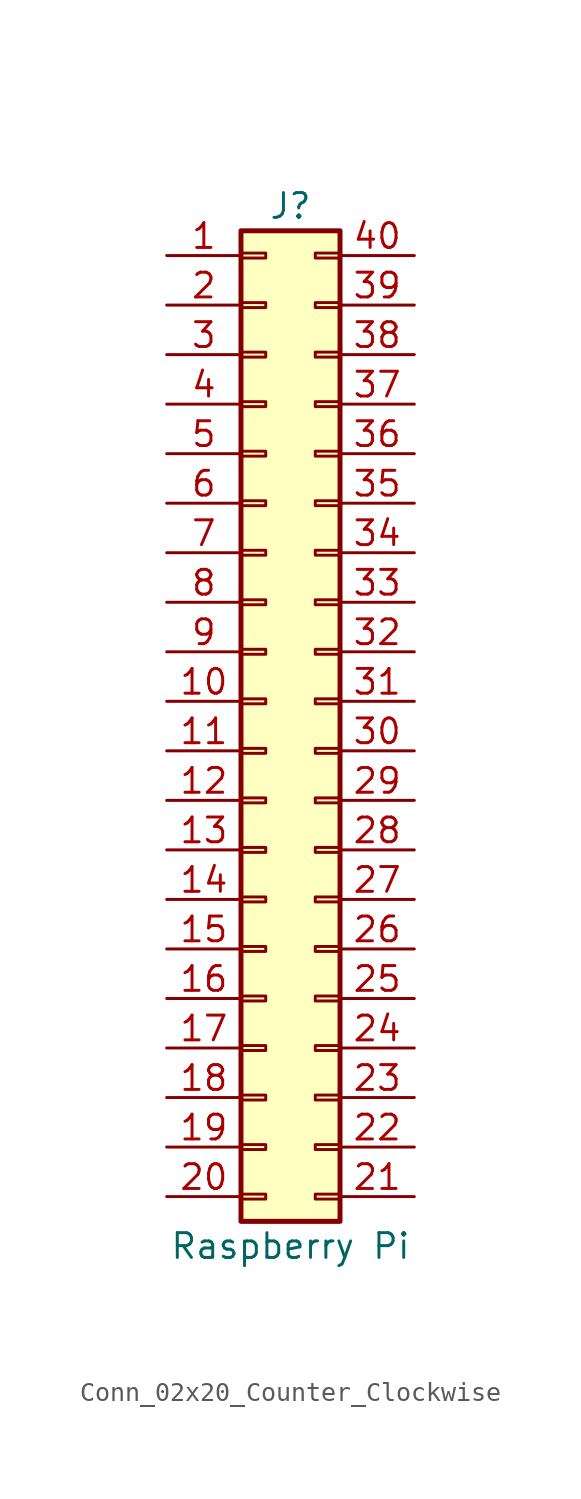
<source format=kicad_sym>
(kicad_symbol_lib
  (version 20231120)
  (generator "kicad_symbol_editor")
  (generator_version "8.0")
  (symbol "Conn_02x20_Counter_Clockwise"
    (pin_names
      (offset 1.016) hide)
    (property "Reference" "J"
      (at 1.27 25.4 0)
      (effects (font (size 1.27 1.27))))
    (property "Value" "Raspberry Pi"
      (at 1.27 -27.94 0)
      (effects (font (size 1.27 1.27))))
    (symbol "Conn_02x20_Counter_Clockwise_1_1"
      (rectangle (start -1.27 -25.273) (end 0 -25.527) (stroke (width 0.152) (type default)) (fill (type none)))
      (rectangle (start -1.27 -22.733) (end 0 -22.987) (stroke (width 0.152) (type default)) (fill (type none)))
      (rectangle (start -1.27 -20.193) (end 0 -20.447) (stroke (width 0.152) (type default)) (fill (type none)))
      (rectangle (start -1.27 -17.653) (end 0 -17.907) (stroke (width 0.152) (type default)) (fill (type none)))
      (rectangle (start -1.27 -15.113) (end 0 -15.367) (stroke (width 0.152) (type default)) (fill (type none)))
      (rectangle (start -1.27 -12.573) (end 0 -12.827) (stroke (width 0.152) (type default)) (fill (type none)))
      (rectangle (start -1.27 -10.033) (end 0 -10.287) (stroke (width 0.152) (type default)) (fill (type none)))
      (rectangle (start -1.27 -7.493) (end 0 -7.747) (stroke (width 0.152) (type default)) (fill (type none)))
      (rectangle (start -1.27 -4.953) (end 0 -5.207) (stroke (width 0.152) (type default)) (fill (type none)))
      (rectangle (start -1.27 -2.413) (end 0 -2.667) (stroke (width 0.152) (type default)) (fill (type none)))
      (rectangle (start -1.27 0.127) (end 0 -0.127) (stroke (width 0.152) (type default)) (fill (type none)))
      (rectangle (start -1.27 2.667) (end 0 2.413) (stroke (width 0.152) (type default)) (fill (type none)))
      (rectangle (start -1.27 5.207) (end 0 4.953) (stroke (width 0.152) (type default)) (fill (type none)))
      (rectangle (start -1.27 7.747) (end 0 7.493) (stroke (width 0.152) (type default)) (fill (type none)))
      (rectangle (start -1.27 10.287) (end 0 10.033) (stroke (width 0.152) (type default)) (fill (type none)))
      (rectangle (start -1.27 12.827) (end 0 12.573) (stroke (width 0.152) (type default)) (fill (type none)))
      (rectangle (start -1.27 15.367) (end 0 15.113) (stroke (width 0.152) (type default)) (fill (type none)))
      (rectangle (start -1.27 17.907) (end 0 17.653) (stroke (width 0.152) (type default)) (fill (type none)))
      (rectangle (start -1.27 20.447) (end 0 20.193) (stroke (width 0.152) (type default)) (fill (type none)))
      (rectangle (start -1.27 22.987) (end 0 22.733) (stroke (width 0.152) (type default)) (fill (type none)))
      (rectangle (start -1.27 24.13) (end 3.81 -26.67) (stroke (width 0.254) (type default)) (fill (type background)))
      (rectangle (start 3.81 -25.273) (end 2.54 -25.527) (stroke (width 0.152) (type default)) (fill (type none)))
      (rectangle (start 3.81 -22.733) (end 2.54 -22.987) (stroke (width 0.152) (type default)) (fill (type none)))
      (rectangle (start 3.81 -20.193) (end 2.54 -20.447) (stroke (width 0.152) (type default)) (fill (type none)))
      (rectangle (start 3.81 -17.653) (end 2.54 -17.907) (stroke (width 0.152) (type default)) (fill (type none)))
      (rectangle (start 3.81 -15.113) (end 2.54 -15.367) (stroke (width 0.152) (type default)) (fill (type none)))
      (rectangle (start 3.81 -12.573) (end 2.54 -12.827) (stroke (width 0.152) (type default)) (fill (type none)))
      (rectangle (start 3.81 -10.033) (end 2.54 -10.287) (stroke (width 0.152) (type default)) (fill (type none)))
      (rectangle (start 3.81 -7.493) (end 2.54 -7.747) (stroke (width 0.152) (type default)) (fill (type none)))
      (rectangle (start 3.81 -4.953) (end 2.54 -5.207) (stroke (width 0.152) (type default)) (fill (type none)))
      (rectangle (start 3.81 -2.413) (end 2.54 -2.667) (stroke (width 0.152) (type default)) (fill (type none)))
      (rectangle (start 3.81 0.127) (end 2.54 -0.127) (stroke (width 0.152) (type default)) (fill (type none)))
      (rectangle (start 3.81 2.667) (end 2.54 2.413) (stroke (width 0.152) (type default)) (fill (type none)))
      (rectangle (start 3.81 5.207) (end 2.54 4.953) (stroke (width 0.152) (type default)) (fill (type none)))
      (rectangle (start 3.81 7.747) (end 2.54 7.493) (stroke (width 0.152) (type default)) (fill (type none)))
      (rectangle (start 3.81 10.287) (end 2.54 10.033) (stroke (width 0.152) (type default)) (fill (type none)))
      (rectangle (start 3.81 12.827) (end 2.54 12.573) (stroke (width 0.152) (type default)) (fill (type none)))
      (rectangle (start 3.81 15.367) (end 2.54 15.113) (stroke (width 0.152) (type default)) (fill (type none)))
      (rectangle (start 3.81 17.907) (end 2.54 17.653) (stroke (width 0.152) (type default)) (fill (type none)))
      (rectangle (start 3.81 20.447) (end 2.54 20.193) (stroke (width 0.152) (type default)) (fill (type none)))
      (rectangle (start 3.81 22.987) (end 2.54 22.733) (stroke (width 0.152) (type default)) (fill (type none)))
      (pin power_out line (at -5.08 22.86 0) (length 3.81) (name "3.3v" (effects (font (size 1.27 1.27)))) (number "1" (effects (font (size 1.27 1.27)))))
      (pin bidirectional line (at -5.08 0 0) (length 3.81) (name "P10" (effects (font (size 1.27 1.27)))) (number "10" (effects (font (size 1.27 1.27)))))
      (pin bidirectional line (at -5.08 -2.54 0) (length 3.81) (name "P09" (effects (font (size 1.27 1.27)))) (number "11" (effects (font (size 1.27 1.27)))))
      (pin bidirectional line (at -5.08 -5.08 0) (length 3.81) (name "P11" (effects (font (size 1.27 1.27)))) (number "12" (effects (font (size 1.27 1.27)))))
      (pin passive line (at -5.08 -7.62 0) (length 3.81) (name "Gnd" (effects (font (size 1.27 1.27)))) (number "13" (effects (font (size 1.27 1.27)))))
      (pin input line (at -5.08 -10.16 0) (length 3.81) (name "DAT" (effects (font (size 1.27 1.27)))) (number "14" (effects (font (size 1.27 1.27)))))
      (pin bidirectional line (at -5.08 -12.7 0) (length 3.81) (name "P05" (effects (font (size 1.27 1.27)))) (number "15" (effects (font (size 1.27 1.27)))))
      (pin bidirectional line (at -5.08 -15.24 0) (length 3.81) (name "P06" (effects (font (size 1.27 1.27)))) (number "16" (effects (font (size 1.27 1.27)))))
      (pin bidirectional line (at -5.08 -17.78 0) (length 3.81) (name "P13" (effects (font (size 1.27 1.27)))) (number "17" (effects (font (size 1.27 1.27)))))
      (pin bidirectional line (at -5.08 -20.32 0) (length 3.81) (name "P19" (effects (font (size 1.27 1.27)))) (number "18" (effects (font (size 1.27 1.27)))))
      (pin bidirectional line (at -5.08 -22.86 0) (length 3.81) (name "P26" (effects (font (size 1.27 1.27)))) (number "19" (effects (font (size 1.27 1.27)))))
      (pin bidirectional line (at -5.08 20.32 0) (length 3.81) (name "P02" (effects (font (size 1.27 1.27)))) (number "2" (effects (font (size 1.27 1.27)))))
      (pin passive line (at -5.08 -25.4 0) (length 3.81) (name "Gnd" (effects (font (size 1.27 1.27)))) (number "20" (effects (font (size 1.27 1.27)))))
      (pin bidirectional line (at 7.62 -25.4 180) (length 3.81) (name "P21" (effects (font (size 1.27 1.27)))) (number "21" (effects (font (size 1.27 1.27)))))
      (pin bidirectional line (at 7.62 -22.86 180) (length 3.81) (name "P20" (effects (font (size 1.27 1.27)))) (number "22" (effects (font (size 1.27 1.27)))))
      (pin bidirectional line (at 7.62 -20.32 180) (length 3.81) (name "p16" (effects (font (size 1.27 1.27)))) (number "23" (effects (font (size 1.27 1.27)))))
      (pin passive line (at 7.62 -17.78 180) (length 3.81) (name "Gnd" (effects (font (size 1.27 1.27)))) (number "24" (effects (font (size 1.27 1.27)))))
      (pin bidirectional line (at 7.62 -15.24 180) (length 3.81) (name "P12" (effects (font (size 1.27 1.27)))) (number "25" (effects (font (size 1.27 1.27)))))
      (pin passive line (at 7.62 -12.7 180) (length 3.81) (name "Gnd" (effects (font (size 1.27 1.27)))) (number "26" (effects (font (size 1.27 1.27)))))
      (pin input line (at 7.62 -10.16 180) (length 3.81) (name "Dat" (effects (font (size 1.27 1.27)))) (number "27" (effects (font (size 1.27 1.27)))))
      (pin bidirectional line (at 7.62 -7.62 180) (length 3.81) (name "P07" (effects (font (size 1.27 1.27)))) (number "28" (effects (font (size 1.27 1.27)))))
      (pin bidirectional line (at 7.62 -5.08 180) (length 3.81) (name "P08" (effects (font (size 1.27 1.27)))) (number "29" (effects (font (size 1.27 1.27)))))
      (pin bidirectional line (at -5.08 17.78 0) (length 3.81) (name "P03" (effects (font (size 1.27 1.27)))) (number "3" (effects (font (size 1.27 1.27)))))
      (pin bidirectional line (at 7.62 -2.54 180) (length 3.81) (name "P25" (effects (font (size 1.27 1.27)))) (number "30" (effects (font (size 1.27 1.27)))))
      (pin passive line (at 7.62 0 180) (length 3.81) (name "Gnd" (effects (font (size 1.27 1.27)))) (number "31" (effects (font (size 1.27 1.27)))))
      (pin bidirectional line (at 7.62 2.54 180) (length 3.81) (name "P24" (effects (font (size 1.27 1.27)))) (number "32" (effects (font (size 1.27 1.27)))))
      (pin bidirectional line (at 7.62 5.08 180) (length 3.81) (name "P23" (effects (font (size 1.27 1.27)))) (number "33" (effects (font (size 1.27 1.27)))))
      (pin passive line (at 7.62 7.62 180) (length 3.81) (name "Gnd" (effects (font (size 1.27 1.27)))) (number "34" (effects (font (size 1.27 1.27)))))
      (pin bidirectional line (at 7.62 10.16 180) (length 3.81) (name "P18" (effects (font (size 1.27 1.27)))) (number "35" (effects (font (size 1.27 1.27)))))
      (pin bidirectional line (at 7.62 12.7 180) (length 3.81) (name "P15" (effects (font (size 1.27 1.27)))) (number "36" (effects (font (size 1.27 1.27)))))
      (pin bidirectional line (at 7.62 15.24 180) (length 3.81) (name "P14" (effects (font (size 1.27 1.27)))) (number "37" (effects (font (size 1.27 1.27)))))
      (pin passive line (at 7.62 17.78 180) (length 3.81) (name "Gnd" (effects (font (size 1.27 1.27)))) (number "38" (effects (font (size 1.27 1.27)))))
      (pin power_out line (at 7.62 20.32 180) (length 3.81) (name "5v" (effects (font (size 1.27 1.27)))) (number "39" (effects (font (size 1.27 1.27)))))
      (pin bidirectional line (at -5.08 15.24 0) (length 3.81) (name "P04" (effects (font (size 1.27 1.27)))) (number "4" (effects (font (size 1.27 1.27)))))
      (pin power_out line (at 7.62 22.86 180) (length 3.81) (name "5v" (effects (font (size 1.27 1.27)))) (number "40" (effects (font (size 1.27 1.27)))))
      (pin passive line (at -5.08 12.7 0) (length 3.81) (name "Gnd" (effects (font (size 1.27 1.27)))) (number "5" (effects (font (size 1.27 1.27)))))
      (pin bidirectional line (at -5.08 10.16 0) (length 3.81) (name "P17" (effects (font (size 1.27 1.27)))) (number "6" (effects (font (size 1.27 1.27)))))
      (pin bidirectional line (at -5.08 7.62 0) (length 3.81) (name "P27" (effects (font (size 1.27 1.27)))) (number "7" (effects (font (size 1.27 1.27)))))
      (pin bidirectional line (at -5.08 5.08 0) (length 3.81) (name "P22" (effects (font (size 1.27 1.27)))) (number "8" (effects (font (size 1.27 1.27)))))
      (pin power_out line (at -5.08 2.54 0) (length 3.81) (name "3.3v" (effects (font (size 1.27 1.27)))) (number "9" (effects (font (size 1.27 1.27))))))))
</source>
